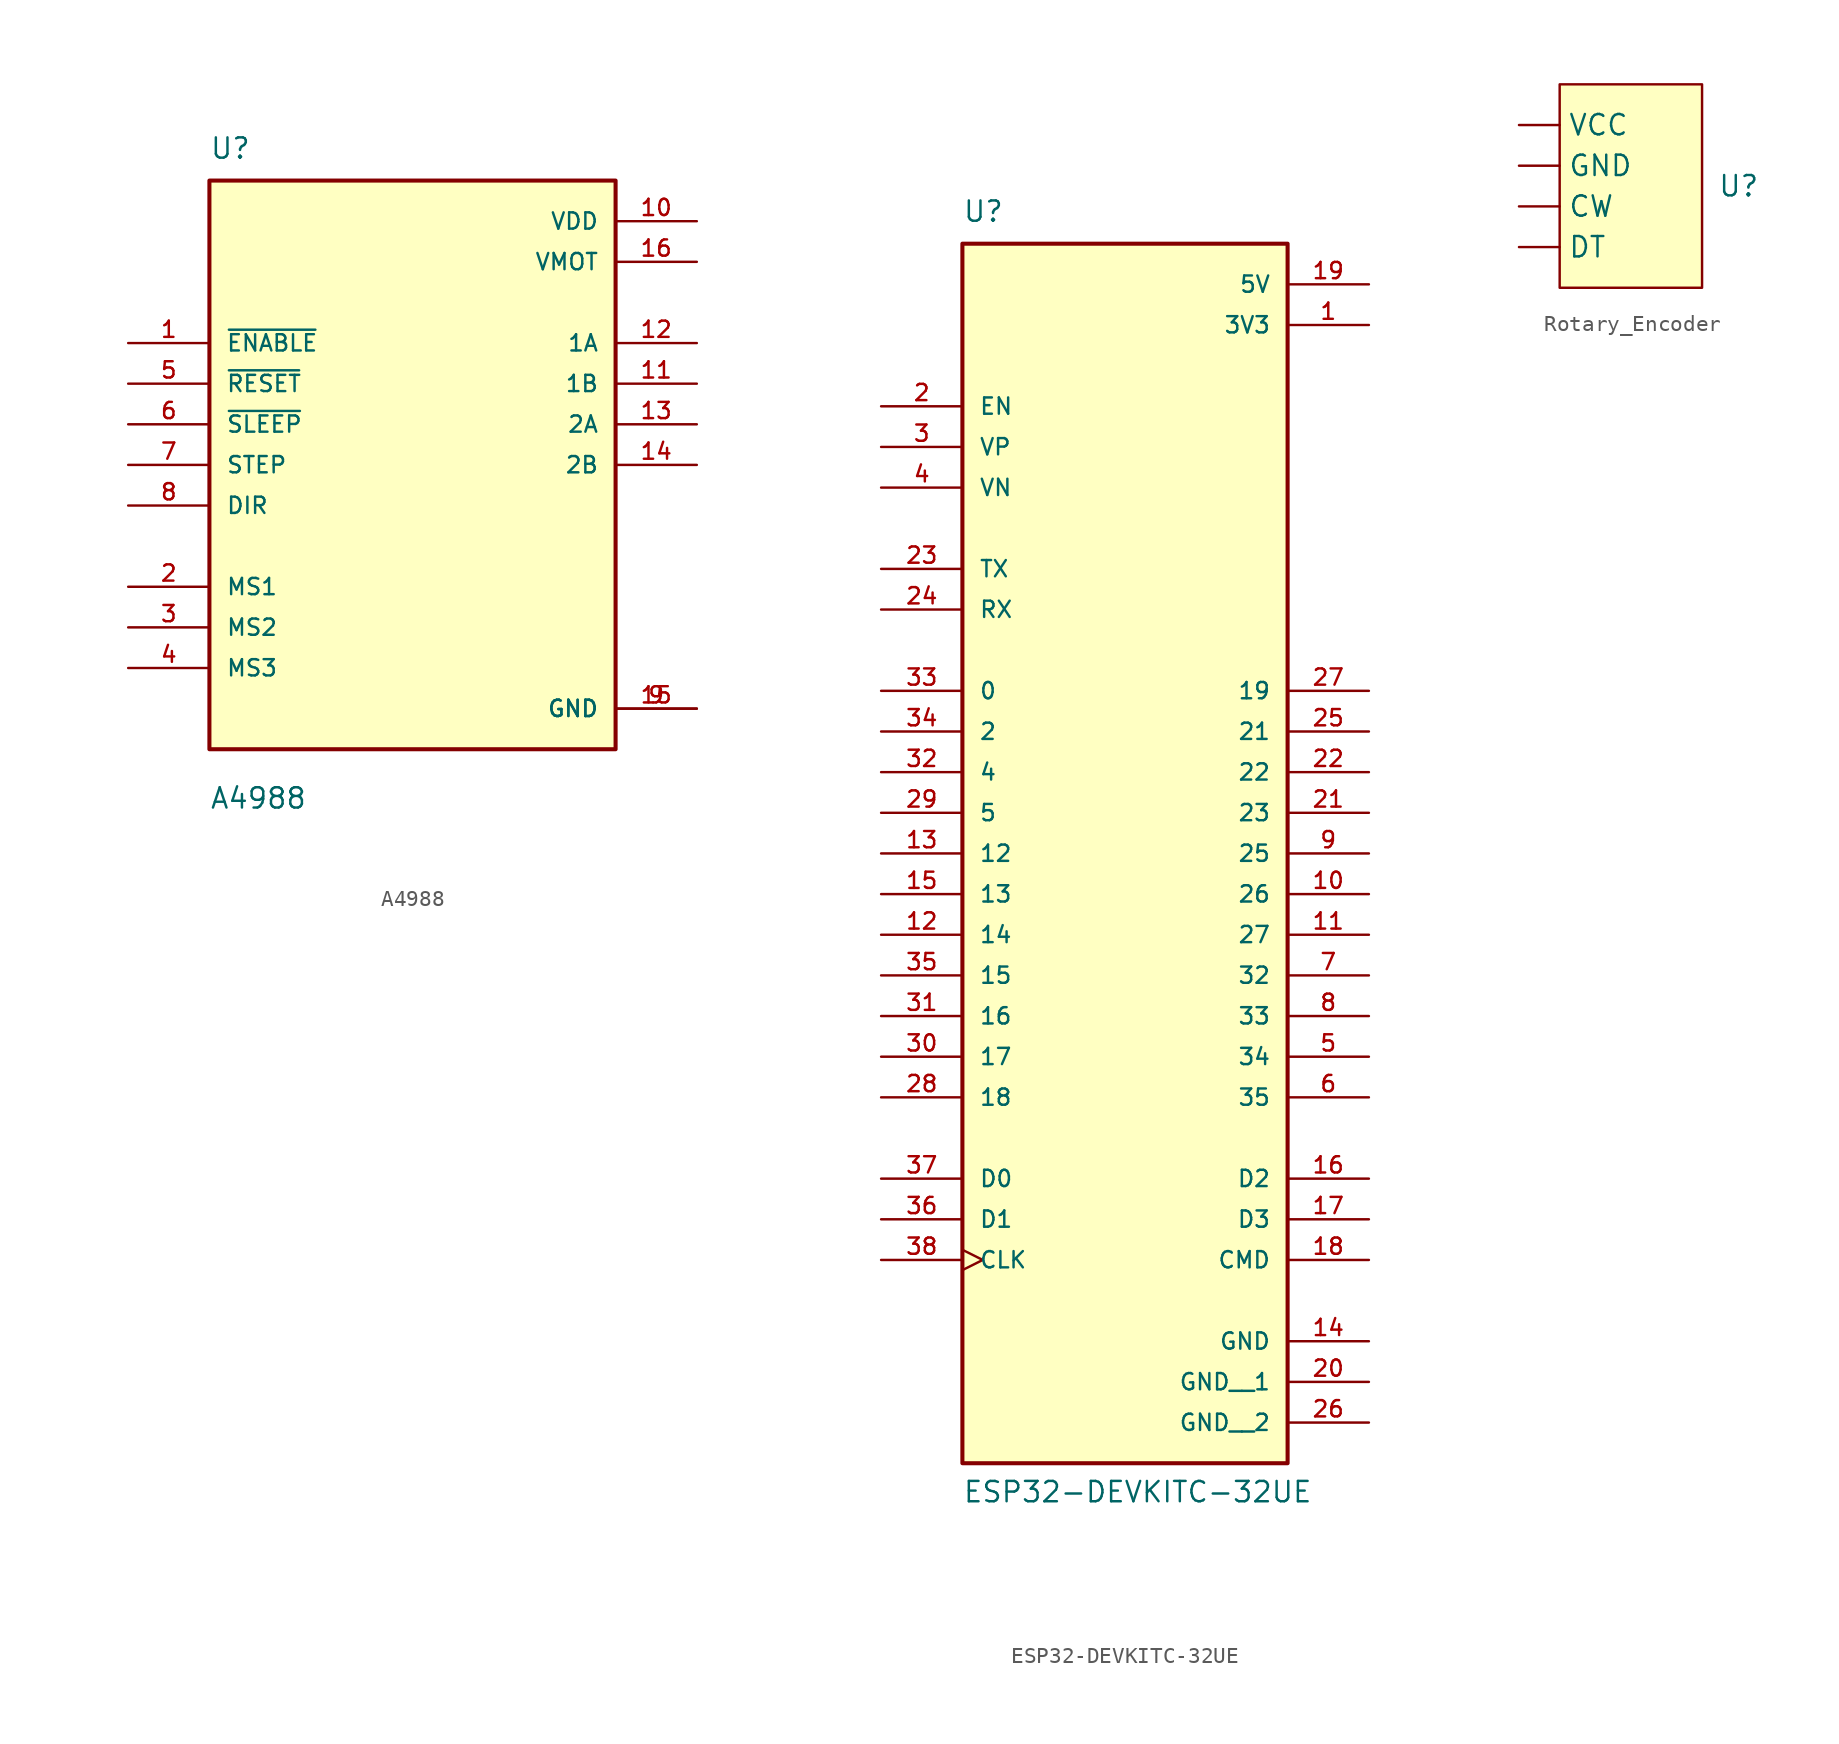
<source format=kicad_sym>
(kicad_symbol_lib
  (version 20241209)
  (generator "kicad_symbol_editor")
  (generator_version "9.0")
  (symbol "A4988"
    (pin_names
      (offset 1.016))
    (property "Reference" "U"
      (at -12.7 19.05 0)
      (effects (font (size 1.27 1.27)) (justify left bottom)))
    (property "Value" "A4988"
      (at -12.7 -21.59 0)
      (effects (font (size 1.27 1.27)) (justify left bottom)))
    (symbol "A4988_0_0"
      (rectangle (start -12.7 -17.78) (end 12.7 17.78) (stroke (width 0.254) (type default)) (fill (type background)))
      (pin input line (at -17.78 7.62 0) (length 5.08) (name "~{ENABLE}" (effects (font (size 1.016 1.016)))) (number "1" (effects (font (size 1.016 1.016)))))
      (pin input line (at -17.78 5.08 0) (length 5.08) (name "~{RESET}" (effects (font (size 1.016 1.016)))) (number "5" (effects (font (size 1.016 1.016)))))
      (pin input line (at -17.78 2.54 0) (length 5.08) (name "~{SLEEP}" (effects (font (size 1.016 1.016)))) (number "6" (effects (font (size 1.016 1.016)))))
      (pin input line (at -17.78 0 0) (length 5.08) (name "STEP" (effects (font (size 1.016 1.016)))) (number "7" (effects (font (size 1.016 1.016)))))
      (pin input line (at -17.78 -2.54 0) (length 5.08) (name "DIR" (effects (font (size 1.016 1.016)))) (number "8" (effects (font (size 1.016 1.016)))))
      (pin input line (at -17.78 -7.62 0) (length 5.08) (name "MS1" (effects (font (size 1.016 1.016)))) (number "2" (effects (font (size 1.016 1.016)))))
      (pin input line (at -17.78 -10.16 0) (length 5.08) (name "MS2" (effects (font (size 1.016 1.016)))) (number "3" (effects (font (size 1.016 1.016)))))
      (pin input line (at -17.78 -12.7 0) (length 5.08) (name "MS3" (effects (font (size 1.016 1.016)))) (number "4" (effects (font (size 1.016 1.016)))))
      (pin power_in line (at 17.78 15.24 180) (length 5.08) (name "VDD" (effects (font (size 1.016 1.016)))) (number "10" (effects (font (size 1.016 1.016)))))
      (pin power_in line (at 17.78 12.7 180) (length 5.08) (name "VMOT" (effects (font (size 1.016 1.016)))) (number "16" (effects (font (size 1.016 1.016)))))
      (pin output line (at 17.78 7.62 180) (length 5.08) (name "1A" (effects (font (size 1.016 1.016)))) (number "12" (effects (font (size 1.016 1.016)))))
      (pin output line (at 17.78 5.08 180) (length 5.08) (name "1B" (effects (font (size 1.016 1.016)))) (number "11" (effects (font (size 1.016 1.016)))))
      (pin output line (at 17.78 2.54 180) (length 5.08) (name "2A" (effects (font (size 1.016 1.016)))) (number "13" (effects (font (size 1.016 1.016)))))
      (pin output line (at 17.78 0 180) (length 5.08) (name "2B" (effects (font (size 1.016 1.016)))) (number "14" (effects (font (size 1.016 1.016)))))
      (pin power_in line (at 17.78 -15.24 180) (length 5.08) (name "GND" (effects (font (size 1.016 1.016)))) (number "15" (effects (font (size 1.016 1.016)))))
      (pin power_in line (at 17.78 -15.24 180) (length 5.08) (name "GND" (effects (font (size 1.016 1.016)))) (number "9" (effects (font (size 1.016 1.016)))))))
  (symbol "ESP32-DEVKITC-32UE"
    (pin_names
      (offset 1.016))
    (property "Reference" "U"
      (at -10.16 36.83 0)
      (effects (font (size 1.27 1.27)) (justify left bottom)))
    (property "Value" "ESP32-DEVKITC-32UE"
      (at -10.16 -43.18 0)
      (effects (font (size 1.27 1.27)) (justify left bottom)))
    (symbol "ESP32-DEVKITC-32UE_0_0"
      (rectangle (start -10.16 -40.64) (end 10.16 35.56) (stroke (width 0.254) (type default)) (fill (type background)))
      (pin input line (at -15.24 25.4 0) (length 5.08) (name "EN" (effects (font (size 1.016 1.016)))) (number "2" (effects (font (size 1.016 1.016)))))
      (pin input line (at -15.24 22.86 0) (length 5.08) (name "VP" (effects (font (size 1.016 1.016)))) (number "3" (effects (font (size 1.016 1.016)))))
      (pin input line (at -15.24 20.32 0) (length 5.08) (name "VN" (effects (font (size 1.016 1.016)))) (number "4" (effects (font (size 1.016 1.016)))))
      (pin bidirectional line (at -15.24 15.24 0) (length 5.08) (name "TX" (effects (font (size 1.016 1.016)))) (number "23" (effects (font (size 1.016 1.016)))))
      (pin bidirectional line (at -15.24 12.7 0) (length 5.08) (name "RX" (effects (font (size 1.016 1.016)))) (number "24" (effects (font (size 1.016 1.016)))))
      (pin bidirectional line (at -15.24 7.62 0) (length 5.08) (name "0" (effects (font (size 1.016 1.016)))) (number "33" (effects (font (size 1.016 1.016)))))
      (pin bidirectional line (at -15.24 5.08 0) (length 5.08) (name "2" (effects (font (size 1.016 1.016)))) (number "34" (effects (font (size 1.016 1.016)))))
      (pin bidirectional line (at -15.24 2.54 0) (length 5.08) (name "4" (effects (font (size 1.016 1.016)))) (number "32" (effects (font (size 1.016 1.016)))))
      (pin bidirectional line (at -15.24 0 0) (length 5.08) (name "5" (effects (font (size 1.016 1.016)))) (number "29" (effects (font (size 1.016 1.016)))))
      (pin bidirectional line (at -15.24 -2.54 0) (length 5.08) (name "12" (effects (font (size 1.016 1.016)))) (number "13" (effects (font (size 1.016 1.016)))))
      (pin bidirectional line (at -15.24 -5.08 0) (length 5.08) (name "13" (effects (font (size 1.016 1.016)))) (number "15" (effects (font (size 1.016 1.016)))))
      (pin bidirectional line (at -15.24 -7.62 0) (length 5.08) (name "14" (effects (font (size 1.016 1.016)))) (number "12" (effects (font (size 1.016 1.016)))))
      (pin bidirectional line (at -15.24 -10.16 0) (length 5.08) (name "15" (effects (font (size 1.016 1.016)))) (number "35" (effects (font (size 1.016 1.016)))))
      (pin bidirectional line (at -15.24 -12.7 0) (length 5.08) (name "16" (effects (font (size 1.016 1.016)))) (number "31" (effects (font (size 1.016 1.016)))))
      (pin bidirectional line (at -15.24 -15.24 0) (length 5.08) (name "17" (effects (font (size 1.016 1.016)))) (number "30" (effects (font (size 1.016 1.016)))))
      (pin bidirectional line (at -15.24 -17.78 0) (length 5.08) (name "18" (effects (font (size 1.016 1.016)))) (number "28" (effects (font (size 1.016 1.016)))))
      (pin bidirectional line (at -15.24 -22.86 0) (length 5.08) (name "D0" (effects (font (size 1.016 1.016)))) (number "37" (effects (font (size 1.016 1.016)))))
      (pin bidirectional line (at -15.24 -25.4 0) (length 5.08) (name "D1" (effects (font (size 1.016 1.016)))) (number "36" (effects (font (size 1.016 1.016)))))
      (pin bidirectional clock (at -15.24 -27.94 0) (length 5.08) (name "CLK" (effects (font (size 1.016 1.016)))) (number "38" (effects (font (size 1.016 1.016)))))
      (pin power_in line (at 15.24 33.02 180) (length 5.08) (name "5V" (effects (font (size 1.016 1.016)))) (number "19" (effects (font (size 1.016 1.016)))))
      (pin power_in line (at 15.24 30.48 180) (length 5.08) (name "3V3" (effects (font (size 1.016 1.016)))) (number "1" (effects (font (size 1.016 1.016)))))
      (pin bidirectional line (at 15.24 7.62 180) (length 5.08) (name "19" (effects (font (size 1.016 1.016)))) (number "27" (effects (font (size 1.016 1.016)))))
      (pin bidirectional line (at 15.24 5.08 180) (length 5.08) (name "21" (effects (font (size 1.016 1.016)))) (number "25" (effects (font (size 1.016 1.016)))))
      (pin bidirectional line (at 15.24 2.54 180) (length 5.08) (name "22" (effects (font (size 1.016 1.016)))) (number "22" (effects (font (size 1.016 1.016)))))
      (pin bidirectional line (at 15.24 0 180) (length 5.08) (name "23" (effects (font (size 1.016 1.016)))) (number "21" (effects (font (size 1.016 1.016)))))
      (pin bidirectional line (at 15.24 -2.54 180) (length 5.08) (name "25" (effects (font (size 1.016 1.016)))) (number "9" (effects (font (size 1.016 1.016)))))
      (pin bidirectional line (at 15.24 -5.08 180) (length 5.08) (name "26" (effects (font (size 1.016 1.016)))) (number "10" (effects (font (size 1.016 1.016)))))
      (pin bidirectional line (at 15.24 -7.62 180) (length 5.08) (name "27" (effects (font (size 1.016 1.016)))) (number "11" (effects (font (size 1.016 1.016)))))
      (pin bidirectional line (at 15.24 -10.16 180) (length 5.08) (name "32" (effects (font (size 1.016 1.016)))) (number "7" (effects (font (size 1.016 1.016)))))
      (pin bidirectional line (at 15.24 -12.7 180) (length 5.08) (name "33" (effects (font (size 1.016 1.016)))) (number "8" (effects (font (size 1.016 1.016)))))
      (pin bidirectional line (at 15.24 -15.24 180) (length 5.08) (name "34" (effects (font (size 1.016 1.016)))) (number "5" (effects (font (size 1.016 1.016)))))
      (pin bidirectional line (at 15.24 -17.78 180) (length 5.08) (name "35" (effects (font (size 1.016 1.016)))) (number "6" (effects (font (size 1.016 1.016)))))
      (pin bidirectional line (at 15.24 -22.86 180) (length 5.08) (name "D2" (effects (font (size 1.016 1.016)))) (number "16" (effects (font (size 1.016 1.016)))))
      (pin bidirectional line (at 15.24 -25.4 180) (length 5.08) (name "D3" (effects (font (size 1.016 1.016)))) (number "17" (effects (font (size 1.016 1.016)))))
      (pin bidirectional line (at 15.24 -27.94 180) (length 5.08) (name "CMD" (effects (font (size 1.016 1.016)))) (number "18" (effects (font (size 1.016 1.016)))))
      (pin power_in line (at 15.24 -33.02 180) (length 5.08) (name "GND" (effects (font (size 1.016 1.016)))) (number "14" (effects (font (size 1.016 1.016)))))
      (pin power_in line (at 15.24 -35.56 180) (length 5.08) (name "GND__1" (effects (font (size 1.016 1.016)))) (number "20" (effects (font (size 1.016 1.016)))))
      (pin power_in line (at 15.24 -38.1 180) (length 5.08) (name "GND__2" (effects (font (size 1.016 1.016)))) (number "26" (effects (font (size 1.016 1.016)))))))
  (symbol "Rotary_Encoder"
    (property "Reference" "U"
      (at 7.366 0 0)
      (effects (font (size 1.27 1.27))))
    (property "Value" ""
      (at 0 0 0)
      (effects (font (size 1.27 1.27))))
    (symbol "Rotary_Encoder_1_1"
      (rectangle (start -3.81 6.35) (end 5.08 -6.35) (stroke (width 0) (type solid)) (fill (type background)))
      (pin input line (at -6.35 3.81 0) (length 2.54) (name "VCC" (effects (font (size 1.27 1.27)))) (number "" (effects (font (size 1.27 1.27)))))
      (pin input line (at -6.35 1.27 0) (length 2.54) (name "GND" (effects (font (size 1.27 1.27)))) (number "" (effects (font (size 1.27 1.27)))))
      (pin input line (at -6.35 -1.27 0) (length 2.54) (name "CW" (effects (font (size 1.27 1.27)))) (number "" (effects (font (size 1.27 1.27)))))
      (pin input line (at -6.35 -3.81 0) (length 2.54) (name "DT" (effects (font (size 1.27 1.27)))) (number "" (effects (font (size 1.27 1.27))))))))
</source>
